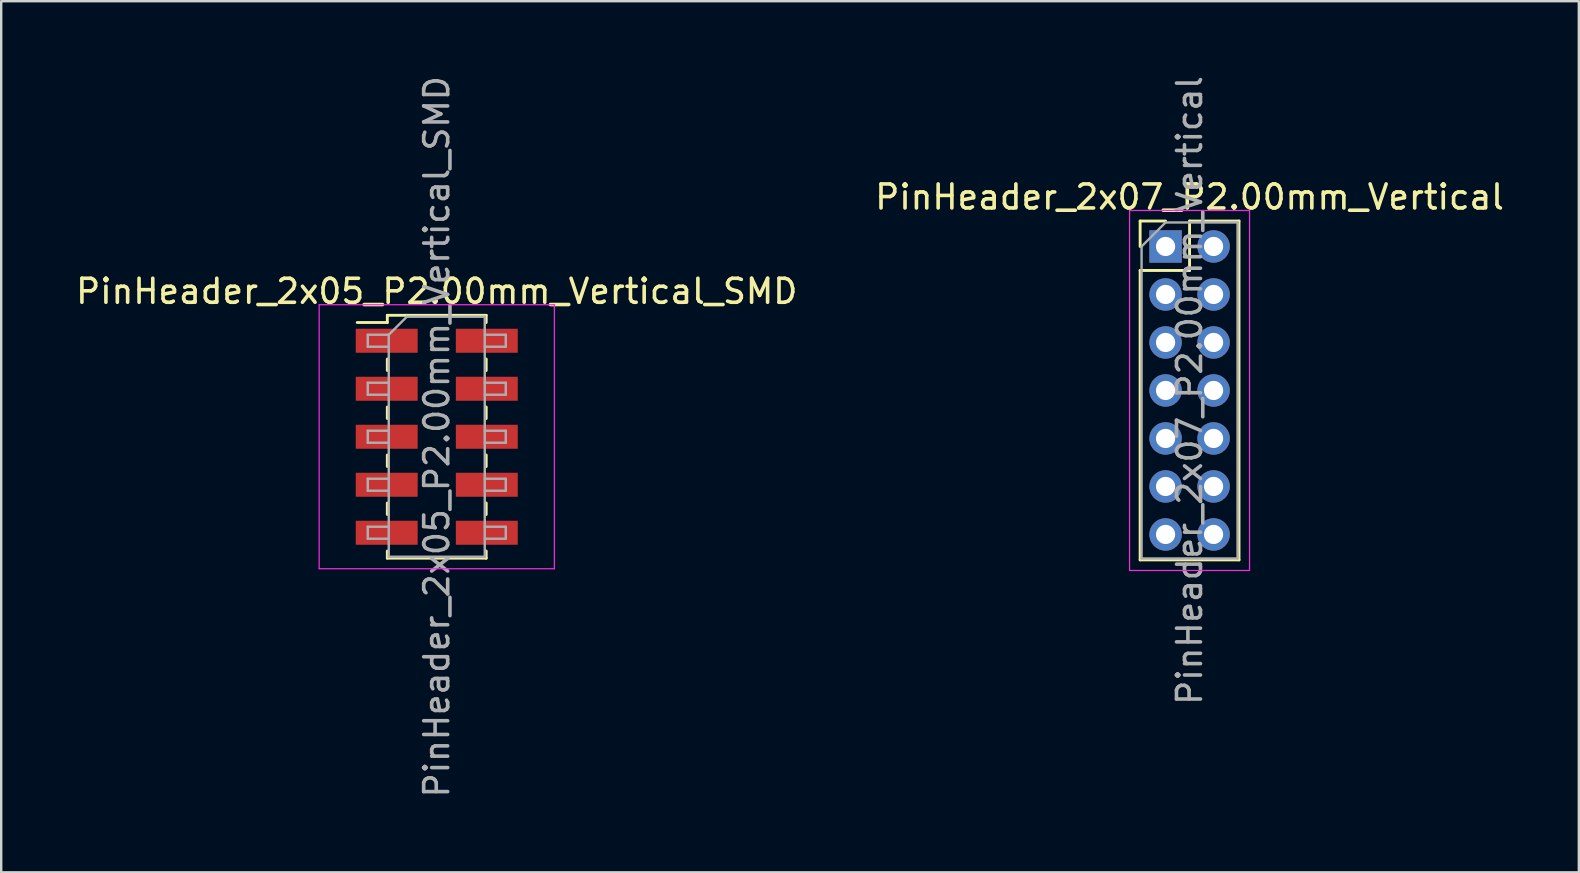
<source format=kicad_pcb>
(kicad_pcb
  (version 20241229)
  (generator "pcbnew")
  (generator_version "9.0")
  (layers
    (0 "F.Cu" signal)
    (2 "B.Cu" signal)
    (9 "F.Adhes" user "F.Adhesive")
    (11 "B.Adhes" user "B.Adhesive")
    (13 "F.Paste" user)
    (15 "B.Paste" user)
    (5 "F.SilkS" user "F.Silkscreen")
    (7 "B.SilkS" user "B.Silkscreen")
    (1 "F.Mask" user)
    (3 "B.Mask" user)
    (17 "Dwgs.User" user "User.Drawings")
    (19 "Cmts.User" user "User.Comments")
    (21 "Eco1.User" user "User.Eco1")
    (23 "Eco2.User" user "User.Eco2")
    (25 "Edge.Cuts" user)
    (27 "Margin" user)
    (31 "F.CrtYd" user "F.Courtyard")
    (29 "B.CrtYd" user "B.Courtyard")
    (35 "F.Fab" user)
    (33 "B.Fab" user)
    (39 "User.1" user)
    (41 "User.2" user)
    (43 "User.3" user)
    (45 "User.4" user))
  (footprint "PinHeader_2x05_P2.00mm_Vertical_SMD"
    (layer "F.Cu")
    (at 15.149 15.149)
    (property "Reference" "PinHeader_2x05_P2.00mm_Vertical_SMD" (at 0 -6.06 0) (layer "F.SilkS") (effects (font (size 1 1) (thickness 0.15))))
    (attr smd)
    (fp_line (start -3.315 -4.76) (end -2.06 -4.76) (stroke (width 0.12) (type solid)) (layer "F.SilkS"))
    (fp_line (start -2.06 -5.06) (end -2.06 -4.76) (stroke (width 0.12) (type solid)) (layer "F.SilkS"))
    (fp_line (start -2.06 -5.06) (end 2.06 -5.06) (stroke (width 0.12) (type solid)) (layer "F.SilkS"))
    (fp_line (start -2.06 -3.24) (end -2.06 -2.76) (stroke (width 0.12) (type solid)) (layer "F.SilkS"))
    (fp_line (start -2.06 -1.24) (end -2.06 -0.76) (stroke (width 0.12) (type solid)) (layer "F.SilkS"))
    (fp_line (start -2.06 0.76) (end -2.06 1.24) (stroke (width 0.12) (type solid)) (layer "F.SilkS"))
    (fp_line (start -2.06 2.76) (end -2.06 3.24) (stroke (width 0.12) (type solid)) (layer "F.SilkS"))
    (fp_line (start -2.06 4.76) (end -2.06 5.06) (stroke (width 0.12) (type solid)) (layer "F.SilkS"))
    (fp_line (start -2.06 5.06) (end 2.06 5.06) (stroke (width 0.12) (type solid)) (layer "F.SilkS"))
    (fp_line (start 2.06 -5.06) (end 2.06 -4.76) (stroke (width 0.12) (type solid)) (layer "F.SilkS"))
    (fp_line (start 2.06 -3.24) (end 2.06 -2.76) (stroke (width 0.12) (type solid)) (layer "F.SilkS"))
    (fp_line (start 2.06 -1.24) (end 2.06 -0.76) (stroke (width 0.12) (type solid)) (layer "F.SilkS"))
    (fp_line (start 2.06 0.76) (end 2.06 1.24) (stroke (width 0.12) (type solid)) (layer "F.SilkS"))
    (fp_line (start 2.06 2.76) (end 2.06 3.24) (stroke (width 0.12) (type solid)) (layer "F.SilkS"))
    (fp_line (start 2.06 4.76) (end 2.06 5.06) (stroke (width 0.12) (type solid)) (layer "F.SilkS"))
    (fp_line (start -4.9 -5.5) (end -4.9 5.5) (stroke (width 0.05) (type solid)) (layer "F.CrtYd"))
    (fp_line (start -4.9 5.5) (end 4.9 5.5) (stroke (width 0.05) (type solid)) (layer "F.CrtYd"))
    (fp_line (start 4.9 -5.5) (end -4.9 -5.5) (stroke (width 0.05) (type solid)) (layer "F.CrtYd"))
    (fp_line (start 4.9 5.5) (end 4.9 -5.5) (stroke (width 0.05) (type solid)) (layer "F.CrtYd"))
    (fp_line (start -2.875 -4.25) (end -2.875 -3.75) (stroke (width 0.1) (type solid)) (layer "F.Fab"))
    (fp_line (start -2.875 -3.75) (end -2 -3.75) (stroke (width 0.1) (type solid)) (layer "F.Fab"))
    (fp_line (start -2.875 -2.25) (end -2.875 -1.75) (stroke (width 0.1) (type solid)) (layer "F.Fab"))
    (fp_line (start -2.875 -1.75) (end -2 -1.75) (stroke (width 0.1) (type solid)) (layer "F.Fab"))
    (fp_line (start -2.875 -0.25) (end -2.875 0.25) (stroke (width 0.1) (type solid)) (layer "F.Fab"))
    (fp_line (start -2.875 0.25) (end -2 0.25) (stroke (width 0.1) (type solid)) (layer "F.Fab"))
    (fp_line (start -2.875 1.75) (end -2.875 2.25) (stroke (width 0.1) (type solid)) (layer "F.Fab"))
    (fp_line (start -2.875 2.25) (end -2 2.25) (stroke (width 0.1) (type solid)) (layer "F.Fab"))
    (fp_line (start -2.875 3.75) (end -2.875 4.25) (stroke (width 0.1) (type solid)) (layer "F.Fab"))
    (fp_line (start -2.875 4.25) (end -2 4.25) (stroke (width 0.1) (type solid)) (layer "F.Fab"))
    (fp_line (start -2 -4.25) (end -2.875 -4.25) (stroke (width 0.1) (type solid)) (layer "F.Fab"))
    (fp_line (start -2 -4.25) (end -1.25 -5) (stroke (width 0.1) (type solid)) (layer "F.Fab"))
    (fp_line (start -2 -2.25) (end -2.875 -2.25) (stroke (width 0.1) (type solid)) (layer "F.Fab"))
    (fp_line (start -2 -0.25) (end -2.875 -0.25) (stroke (width 0.1) (type solid)) (layer "F.Fab"))
    (fp_line (start -2 1.75) (end -2.875 1.75) (stroke (width 0.1) (type solid)) (layer "F.Fab"))
    (fp_line (start -2 3.75) (end -2.875 3.75) (stroke (width 0.1) (type solid)) (layer "F.Fab"))
    (fp_line (start -2 5) (end -2 -4.25) (stroke (width 0.1) (type solid)) (layer "F.Fab"))
    (fp_line (start -1.25 -5) (end 2 -5) (stroke (width 0.1) (type solid)) (layer "F.Fab"))
    (fp_line (start 2 -5) (end 2 5) (stroke (width 0.1) (type solid)) (layer "F.Fab"))
    (fp_line (start 2 -4.25) (end 2.875 -4.25) (stroke (width 0.1) (type solid)) (layer "F.Fab"))
    (fp_line (start 2 -2.25) (end 2.875 -2.25) (stroke (width 0.1) (type solid)) (layer "F.Fab"))
    (fp_line (start 2 -0.25) (end 2.875 -0.25) (stroke (width 0.1) (type solid)) (layer "F.Fab"))
    (fp_line (start 2 1.75) (end 2.875 1.75) (stroke (width 0.1) (type solid)) (layer "F.Fab"))
    (fp_line (start 2 3.75) (end 2.875 3.75) (stroke (width 0.1) (type solid)) (layer "F.Fab"))
    (fp_line (start 2 5) (end -2 5) (stroke (width 0.1) (type solid)) (layer "F.Fab"))
    (fp_line (start 2.875 -4.25) (end 2.875 -3.75) (stroke (width 0.1) (type solid)) (layer "F.Fab"))
    (fp_line (start 2.875 -3.75) (end 2 -3.75) (stroke (width 0.1) (type solid)) (layer "F.Fab"))
    (fp_line (start 2.875 -2.25) (end 2.875 -1.75) (stroke (width 0.1) (type solid)) (layer "F.Fab"))
    (fp_line (start 2.875 -1.75) (end 2 -1.75) (stroke (width 0.1) (type solid)) (layer "F.Fab"))
    (fp_line (start 2.875 -0.25) (end 2.875 0.25) (stroke (width 0.1) (type solid)) (layer "F.Fab"))
    (fp_line (start 2.875 0.25) (end 2 0.25) (stroke (width 0.1) (type solid)) (layer "F.Fab"))
    (fp_line (start 2.875 1.75) (end 2.875 2.25) (stroke (width 0.1) (type solid)) (layer "F.Fab"))
    (fp_line (start 2.875 2.25) (end 2 2.25) (stroke (width 0.1) (type solid)) (layer "F.Fab"))
    (fp_line (start 2.875 3.75) (end 2.875 4.25) (stroke (width 0.1) (type solid)) (layer "F.Fab"))
    (fp_line (start 2.875 4.25) (end 2 4.25) (stroke (width 0.1) (type solid)) (layer "F.Fab"))
    (fp_text user "${REFERENCE}" (at 0 0 90) (layer "F.Fab") (effects (font (size 1 1) (thickness 0.15))))
    (pad "1" smd rect (at -2.085 -4) (size 2.58 1) (layers "F.Cu" "F.Mask" "F.Paste"))
    (pad "2" smd rect (at 2.085 -4) (size 2.58 1) (layers "F.Cu" "F.Mask" "F.Paste"))
    (pad "3" smd rect (at -2.085 -2) (size 2.58 1) (layers "F.Cu" "F.Mask" "F.Paste"))
    (pad "4" smd rect (at 2.085 -2) (size 2.58 1) (layers "F.Cu" "F.Mask" "F.Paste"))
    (pad "5" smd rect (at -2.085 0) (size 2.58 1) (layers "F.Cu" "F.Mask" "F.Paste"))
    (pad "6" smd rect (at 2.085 0) (size 2.58 1) (layers "F.Cu" "F.Mask" "F.Paste"))
    (pad "7" smd rect (at -2.085 2) (size 2.58 1) (layers "F.Cu" "F.Mask" "F.Paste"))
    (pad "8" smd rect (at 2.085 2) (size 2.58 1) (layers "F.Cu" "F.Mask" "F.Paste"))
    (pad "9" smd rect (at -2.085 4) (size 2.58 1) (layers "F.Cu" "F.Mask" "F.Paste"))
    (pad "10" smd rect (at 2.085 4) (size 2.58 1) (layers "F.Cu" "F.Mask" "F.Paste")))
  (footprint "PinHeader_2x07_P2.00mm_Vertical"
    (layer "F.Cu")
    (at 45.518 7.22)
    (property "Reference" "PinHeader_2x07_P2.00mm_Vertical" (at 1 -2.06 0) (layer "F.SilkS") (effects (font (size 1 1) (thickness 0.15))))
    (attr through_hole)
    (fp_line (start -1.06 -1.06) (end 0 -1.06) (stroke (width 0.12) (type solid)) (layer "F.SilkS"))
    (fp_line (start -1.06 0) (end -1.06 -1.06) (stroke (width 0.12) (type solid)) (layer "F.SilkS"))
    (fp_line (start -1.06 1) (end -1.06 13.06) (stroke (width 0.12) (type solid)) (layer "F.SilkS"))
    (fp_line (start -1.06 1) (end 1 1) (stroke (width 0.12) (type solid)) (layer "F.SilkS"))
    (fp_line (start -1.06 13.06) (end 3.06 13.06) (stroke (width 0.12) (type solid)) (layer "F.SilkS"))
    (fp_line (start 1 -1.06) (end 3.06 -1.06) (stroke (width 0.12) (type solid)) (layer "F.SilkS"))
    (fp_line (start 1 1) (end 1 -1.06) (stroke (width 0.12) (type solid)) (layer "F.SilkS"))
    (fp_line (start 3.06 -1.06) (end 3.06 13.06) (stroke (width 0.12) (type solid)) (layer "F.SilkS"))
    (fp_line (start -1.5 -1.5) (end -1.5 13.5) (stroke (width 0.05) (type solid)) (layer "F.CrtYd"))
    (fp_line (start -1.5 13.5) (end 3.5 13.5) (stroke (width 0.05) (type solid)) (layer "F.CrtYd"))
    (fp_line (start 3.5 -1.5) (end -1.5 -1.5) (stroke (width 0.05) (type solid)) (layer "F.CrtYd"))
    (fp_line (start 3.5 13.5) (end 3.5 -1.5) (stroke (width 0.05) (type solid)) (layer "F.CrtYd"))
    (fp_line (start -1 0) (end 0 -1) (stroke (width 0.1) (type solid)) (layer "F.Fab"))
    (fp_line (start -1 13) (end -1 0) (stroke (width 0.1) (type solid)) (layer "F.Fab"))
    (fp_line (start 0 -1) (end 3 -1) (stroke (width 0.1) (type solid)) (layer "F.Fab"))
    (fp_line (start 3 -1) (end 3 13) (stroke (width 0.1) (type solid)) (layer "F.Fab"))
    (fp_line (start 3 13) (end -1 13) (stroke (width 0.1) (type solid)) (layer "F.Fab"))
    (fp_text user "${REFERENCE}" (at 1 6 90) (layer "F.Fab") (effects (font (size 1 1) (thickness 0.15))))
    (pad "1" thru_hole rect (at 0 0) (size 1.35 1.35) (drill 0.8) (layers "*.Cu" "*.Mask"))
    (pad "2" thru_hole oval (at 2 0) (size 1.35 1.35) (drill 0.8) (layers "*.Cu" "*.Mask"))
    (pad "3" thru_hole oval (at 0 2) (size 1.35 1.35) (drill 0.8) (layers "*.Cu" "*.Mask"))
    (pad "4" thru_hole oval (at 2 2) (size 1.35 1.35) (drill 0.8) (layers "*.Cu" "*.Mask"))
    (pad "5" thru_hole oval (at 0 4) (size 1.35 1.35) (drill 0.8) (layers "*.Cu" "*.Mask"))
    (pad "6" thru_hole oval (at 2 4) (size 1.35 1.35) (drill 0.8) (layers "*.Cu" "*.Mask"))
    (pad "7" thru_hole oval (at 0 6) (size 1.35 1.35) (drill 0.8) (layers "*.Cu" "*.Mask"))
    (pad "8" thru_hole oval (at 2 6) (size 1.35 1.35) (drill 0.8) (layers "*.Cu" "*.Mask"))
    (pad "9" thru_hole oval (at 0 8) (size 1.35 1.35) (drill 0.8) (layers "*.Cu" "*.Mask"))
    (pad "10" thru_hole oval (at 2 8) (size 1.35 1.35) (drill 0.8) (layers "*.Cu" "*.Mask"))
    (pad "11" thru_hole oval (at 0 10) (size 1.35 1.35) (drill 0.8) (layers "*.Cu" "*.Mask"))
    (pad "12" thru_hole oval (at 2 10) (size 1.35 1.35) (drill 0.8) (layers "*.Cu" "*.Mask"))
    (pad "13" thru_hole oval (at 0 12) (size 1.35 1.35) (drill 0.8) (layers "*.Cu" "*.Mask"))
    (pad "14" thru_hole oval (at 2 12) (size 1.35 1.35) (drill 0.8) (layers "*.Cu" "*.Mask")))
  (gr_rect
    (start -3 -3)
    (end 62.738 33.298)
    (stroke (width 0.1) (type default))
    (fill no)
    (layer "Edge.Cuts")))
</source>
